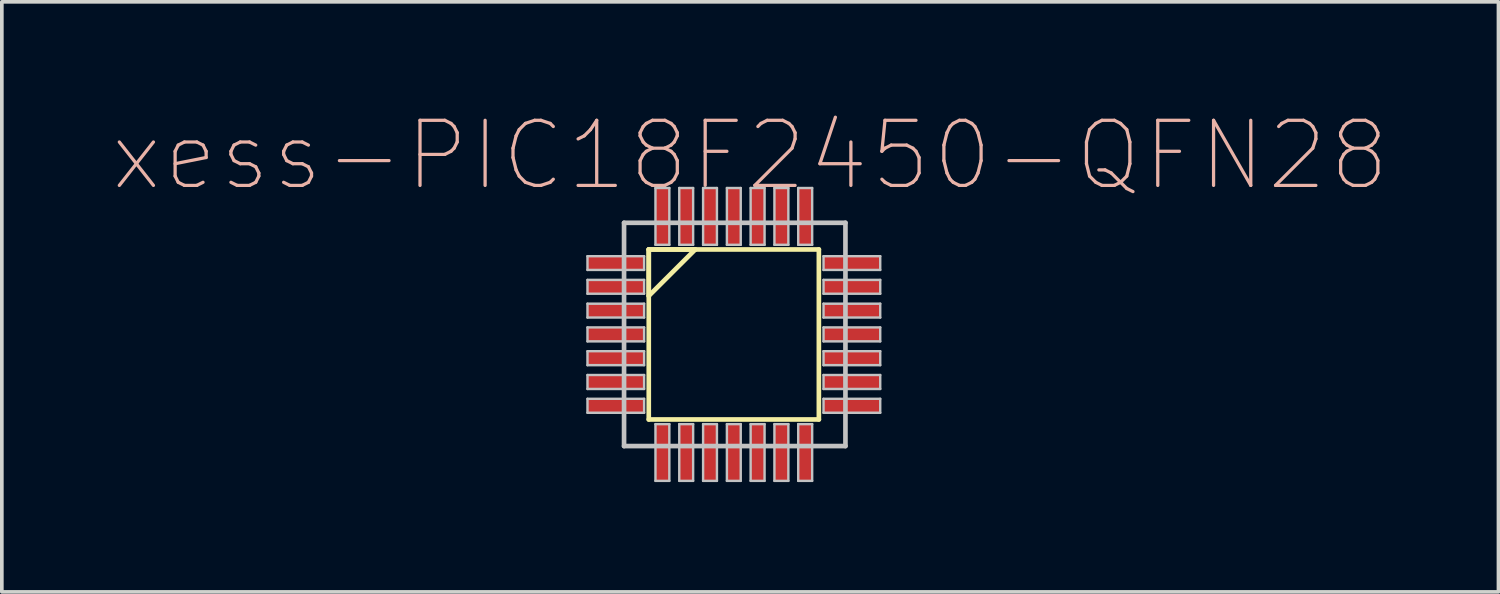
<source format=kicad_pcb>
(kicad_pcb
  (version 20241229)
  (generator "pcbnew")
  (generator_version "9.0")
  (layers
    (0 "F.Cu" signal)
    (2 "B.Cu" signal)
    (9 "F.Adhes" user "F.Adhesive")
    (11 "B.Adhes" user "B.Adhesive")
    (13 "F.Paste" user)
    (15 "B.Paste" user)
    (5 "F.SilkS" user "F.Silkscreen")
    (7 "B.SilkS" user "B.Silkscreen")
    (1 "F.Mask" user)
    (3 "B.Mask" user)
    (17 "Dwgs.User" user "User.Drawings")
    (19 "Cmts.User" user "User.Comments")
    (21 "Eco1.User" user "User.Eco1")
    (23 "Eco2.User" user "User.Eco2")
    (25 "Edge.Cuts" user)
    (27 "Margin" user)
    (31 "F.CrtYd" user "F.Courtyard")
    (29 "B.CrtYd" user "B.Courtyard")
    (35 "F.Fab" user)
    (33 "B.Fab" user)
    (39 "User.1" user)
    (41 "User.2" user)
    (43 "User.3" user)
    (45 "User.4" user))
  (footprint "xess-PIC18F2450-QFN28"
    (layer "F.Cu")
    (at 14.269 4.135)
    (property "Reference" "xess-PIC18F2450-QFN28" (at 3.17 -2.939 0) (layer "B.SilkS") (effects (font (size 1.778 1.778) (thickness 0.089))))
    (attr smd)
    (fp_line (start 0.401 -0.371) (end 0.401 0.897) (stroke (width 0.127) (type solid)) (layer "F.SilkS"))
    (fp_line (start 0.401 -0.371) (end 0.401 4.272) (stroke (width 0.127) (type solid)) (layer "F.SilkS"))
    (fp_line (start 0.401 0.897) (end 1.671 -0.371) (stroke (width 0.127) (type solid)) (layer "F.SilkS"))
    (fp_line (start 0.401 4.272) (end 5.047 4.272) (stroke (width 0.127) (type solid)) (layer "F.SilkS"))
    (fp_line (start 1.671 -0.371) (end 0.401 -0.371) (stroke (width 0.127) (type solid)) (layer "F.SilkS"))
    (fp_line (start 5.047 -0.371) (end 0.401 -0.371) (stroke (width 0.127) (type solid)) (layer "F.SilkS"))
    (fp_line (start 5.047 4.272) (end 5.047 -0.371) (stroke (width 0.127) (type solid)) (layer "F.SilkS"))
    (fp_line (start -1.273 -0.188) (end 0.274 -0.188) (stroke (width 0.066) (type solid)) (layer "Dwgs.User"))
    (fp_line (start -1.273 0.188) (end -1.273 -0.188) (stroke (width 0.066) (type solid)) (layer "Dwgs.User"))
    (fp_line (start -1.273 0.188) (end 0.274 0.188) (stroke (width 0.066) (type solid)) (layer "Dwgs.User"))
    (fp_line (start -1.273 0.46) (end 0.274 0.46) (stroke (width 0.066) (type solid)) (layer "Dwgs.User"))
    (fp_line (start -1.273 0.838) (end -1.273 0.46) (stroke (width 0.066) (type solid)) (layer "Dwgs.User"))
    (fp_line (start -1.273 0.838) (end 0.274 0.838) (stroke (width 0.066) (type solid)) (layer "Dwgs.User"))
    (fp_line (start -1.273 1.11) (end 0.274 1.11) (stroke (width 0.066) (type solid)) (layer "Dwgs.User"))
    (fp_line (start -1.273 1.488) (end -1.273 1.11) (stroke (width 0.066) (type solid)) (layer "Dwgs.User"))
    (fp_line (start -1.273 1.488) (end 0.274 1.488) (stroke (width 0.066) (type solid)) (layer "Dwgs.User"))
    (fp_line (start -1.273 1.758) (end 0.274 1.758) (stroke (width 0.066) (type solid)) (layer "Dwgs.User"))
    (fp_line (start -1.273 2.139) (end -1.273 1.758) (stroke (width 0.066) (type solid)) (layer "Dwgs.User"))
    (fp_line (start -1.273 2.139) (end 0.274 2.139) (stroke (width 0.066) (type solid)) (layer "Dwgs.User"))
    (fp_line (start -1.273 2.408) (end 0.274 2.408) (stroke (width 0.066) (type solid)) (layer "Dwgs.User"))
    (fp_line (start -1.273 2.789) (end -1.273 2.408) (stroke (width 0.066) (type solid)) (layer "Dwgs.User"))
    (fp_line (start -1.273 2.789) (end 0.274 2.789) (stroke (width 0.066) (type solid)) (layer "Dwgs.User"))
    (fp_line (start -1.273 3.058) (end 0.274 3.058) (stroke (width 0.066) (type solid)) (layer "Dwgs.User"))
    (fp_line (start -1.273 3.439) (end -1.273 3.058) (stroke (width 0.066) (type solid)) (layer "Dwgs.User"))
    (fp_line (start -1.273 3.439) (end 0.274 3.439) (stroke (width 0.066) (type solid)) (layer "Dwgs.User"))
    (fp_line (start -1.273 3.708) (end 0.274 3.708) (stroke (width 0.066) (type solid)) (layer "Dwgs.User"))
    (fp_line (start -1.273 4.089) (end -1.273 3.708) (stroke (width 0.066) (type solid)) (layer "Dwgs.User"))
    (fp_line (start -1.273 4.089) (end 0.274 4.089) (stroke (width 0.066) (type solid)) (layer "Dwgs.User"))
    (fp_line (start -0.274 -1.1) (end -0.274 4.999) (stroke (width 0.127) (type solid)) (layer "Dwgs.User"))
    (fp_line (start -0.274 4.999) (end 5.773 4.999) (stroke (width 0.127) (type solid)) (layer "Dwgs.User"))
    (fp_line (start 0.274 0.188) (end 0.274 -0.188) (stroke (width 0.066) (type solid)) (layer "Dwgs.User"))
    (fp_line (start 0.274 0.838) (end 0.274 0.46) (stroke (width 0.066) (type solid)) (layer "Dwgs.User"))
    (fp_line (start 0.274 1.488) (end 0.274 1.11) (stroke (width 0.066) (type solid)) (layer "Dwgs.User"))
    (fp_line (start 0.274 2.139) (end 0.274 1.758) (stroke (width 0.066) (type solid)) (layer "Dwgs.User"))
    (fp_line (start 0.274 2.789) (end 0.274 2.408) (stroke (width 0.066) (type solid)) (layer "Dwgs.User"))
    (fp_line (start 0.274 3.439) (end 0.274 3.058) (stroke (width 0.066) (type solid)) (layer "Dwgs.User"))
    (fp_line (start 0.274 4.089) (end 0.274 3.708) (stroke (width 0.066) (type solid)) (layer "Dwgs.User"))
    (fp_line (start 0.584 -2.05) (end 0.963 -2.05) (stroke (width 0.066) (type solid)) (layer "Dwgs.User"))
    (fp_line (start 0.584 -0.498) (end 0.584 -2.05) (stroke (width 0.066) (type solid)) (layer "Dwgs.User"))
    (fp_line (start 0.584 -0.498) (end 0.963 -0.498) (stroke (width 0.066) (type solid)) (layer "Dwgs.User"))
    (fp_line (start 0.584 4.399) (end 0.963 4.399) (stroke (width 0.066) (type solid)) (layer "Dwgs.User"))
    (fp_line (start 0.584 5.949) (end 0.584 4.399) (stroke (width 0.066) (type solid)) (layer "Dwgs.User"))
    (fp_line (start 0.584 5.949) (end 0.963 5.949) (stroke (width 0.066) (type solid)) (layer "Dwgs.User"))
    (fp_line (start 0.963 -0.498) (end 0.963 -2.05) (stroke (width 0.066) (type solid)) (layer "Dwgs.User"))
    (fp_line (start 0.963 5.949) (end 0.963 4.399) (stroke (width 0.066) (type solid)) (layer "Dwgs.User"))
    (fp_line (start 1.234 -2.05) (end 1.613 -2.05) (stroke (width 0.066) (type solid)) (layer "Dwgs.User"))
    (fp_line (start 1.234 -0.498) (end 1.234 -2.05) (stroke (width 0.066) (type solid)) (layer "Dwgs.User"))
    (fp_line (start 1.234 -0.498) (end 1.613 -0.498) (stroke (width 0.066) (type solid)) (layer "Dwgs.User"))
    (fp_line (start 1.234 4.399) (end 1.613 4.399) (stroke (width 0.066) (type solid)) (layer "Dwgs.User"))
    (fp_line (start 1.234 5.949) (end 1.234 4.399) (stroke (width 0.066) (type solid)) (layer "Dwgs.User"))
    (fp_line (start 1.234 5.949) (end 1.613 5.949) (stroke (width 0.066) (type solid)) (layer "Dwgs.User"))
    (fp_line (start 1.613 -0.498) (end 1.613 -2.05) (stroke (width 0.066) (type solid)) (layer "Dwgs.User"))
    (fp_line (start 1.613 5.949) (end 1.613 4.399) (stroke (width 0.066) (type solid)) (layer "Dwgs.User"))
    (fp_line (start 1.885 -2.05) (end 2.263 -2.05) (stroke (width 0.066) (type solid)) (layer "Dwgs.User"))
    (fp_line (start 1.885 -0.498) (end 1.885 -2.05) (stroke (width 0.066) (type solid)) (layer "Dwgs.User"))
    (fp_line (start 1.885 -0.498) (end 2.263 -0.498) (stroke (width 0.066) (type solid)) (layer "Dwgs.User"))
    (fp_line (start 1.885 4.399) (end 2.263 4.399) (stroke (width 0.066) (type solid)) (layer "Dwgs.User"))
    (fp_line (start 1.885 5.949) (end 1.885 4.399) (stroke (width 0.066) (type solid)) (layer "Dwgs.User"))
    (fp_line (start 1.885 5.949) (end 2.263 5.949) (stroke (width 0.066) (type solid)) (layer "Dwgs.User"))
    (fp_line (start 2.263 -0.498) (end 2.263 -2.05) (stroke (width 0.066) (type solid)) (layer "Dwgs.User"))
    (fp_line (start 2.263 5.949) (end 2.263 4.399) (stroke (width 0.066) (type solid)) (layer "Dwgs.User"))
    (fp_line (start 2.535 -2.05) (end 2.913 -2.05) (stroke (width 0.066) (type solid)) (layer "Dwgs.User"))
    (fp_line (start 2.535 -0.498) (end 2.535 -2.05) (stroke (width 0.066) (type solid)) (layer "Dwgs.User"))
    (fp_line (start 2.535 -0.498) (end 2.913 -0.498) (stroke (width 0.066) (type solid)) (layer "Dwgs.User"))
    (fp_line (start 2.535 4.399) (end 2.913 4.399) (stroke (width 0.066) (type solid)) (layer "Dwgs.User"))
    (fp_line (start 2.535 5.949) (end 2.535 4.399) (stroke (width 0.066) (type solid)) (layer "Dwgs.User"))
    (fp_line (start 2.535 5.949) (end 2.913 5.949) (stroke (width 0.066) (type solid)) (layer "Dwgs.User"))
    (fp_line (start 2.913 -0.498) (end 2.913 -2.05) (stroke (width 0.066) (type solid)) (layer "Dwgs.User"))
    (fp_line (start 2.913 5.949) (end 2.913 4.399) (stroke (width 0.066) (type solid)) (layer "Dwgs.User"))
    (fp_line (start 3.183 -2.05) (end 3.564 -2.05) (stroke (width 0.066) (type solid)) (layer "Dwgs.User"))
    (fp_line (start 3.183 -0.498) (end 3.183 -2.05) (stroke (width 0.066) (type solid)) (layer "Dwgs.User"))
    (fp_line (start 3.183 -0.498) (end 3.564 -0.498) (stroke (width 0.066) (type solid)) (layer "Dwgs.User"))
    (fp_line (start 3.183 4.399) (end 3.564 4.399) (stroke (width 0.066) (type solid)) (layer "Dwgs.User"))
    (fp_line (start 3.183 5.949) (end 3.183 4.399) (stroke (width 0.066) (type solid)) (layer "Dwgs.User"))
    (fp_line (start 3.183 5.949) (end 3.564 5.949) (stroke (width 0.066) (type solid)) (layer "Dwgs.User"))
    (fp_line (start 3.564 -0.498) (end 3.564 -2.05) (stroke (width 0.066) (type solid)) (layer "Dwgs.User"))
    (fp_line (start 3.564 5.949) (end 3.564 4.399) (stroke (width 0.066) (type solid)) (layer "Dwgs.User"))
    (fp_line (start 3.833 -2.05) (end 4.214 -2.05) (stroke (width 0.066) (type solid)) (layer "Dwgs.User"))
    (fp_line (start 3.833 -0.498) (end 3.833 -2.05) (stroke (width 0.066) (type solid)) (layer "Dwgs.User"))
    (fp_line (start 3.833 -0.498) (end 4.214 -0.498) (stroke (width 0.066) (type solid)) (layer "Dwgs.User"))
    (fp_line (start 3.833 4.399) (end 4.214 4.399) (stroke (width 0.066) (type solid)) (layer "Dwgs.User"))
    (fp_line (start 3.833 5.949) (end 3.833 4.399) (stroke (width 0.066) (type solid)) (layer "Dwgs.User"))
    (fp_line (start 3.833 5.949) (end 4.214 5.949) (stroke (width 0.066) (type solid)) (layer "Dwgs.User"))
    (fp_line (start 4.214 -0.498) (end 4.214 -2.05) (stroke (width 0.066) (type solid)) (layer "Dwgs.User"))
    (fp_line (start 4.214 5.949) (end 4.214 4.399) (stroke (width 0.066) (type solid)) (layer "Dwgs.User"))
    (fp_line (start 4.483 -2.05) (end 4.864 -2.05) (stroke (width 0.066) (type solid)) (layer "Dwgs.User"))
    (fp_line (start 4.483 -0.498) (end 4.483 -2.05) (stroke (width 0.066) (type solid)) (layer "Dwgs.User"))
    (fp_line (start 4.483 -0.498) (end 4.864 -0.498) (stroke (width 0.066) (type solid)) (layer "Dwgs.User"))
    (fp_line (start 4.483 4.399) (end 4.864 4.399) (stroke (width 0.066) (type solid)) (layer "Dwgs.User"))
    (fp_line (start 4.483 5.949) (end 4.483 4.399) (stroke (width 0.066) (type solid)) (layer "Dwgs.User"))
    (fp_line (start 4.483 5.949) (end 4.864 5.949) (stroke (width 0.066) (type solid)) (layer "Dwgs.User"))
    (fp_line (start 4.864 -0.498) (end 4.864 -2.05) (stroke (width 0.066) (type solid)) (layer "Dwgs.User"))
    (fp_line (start 4.864 5.949) (end 4.864 4.399) (stroke (width 0.066) (type solid)) (layer "Dwgs.User"))
    (fp_line (start 5.174 -0.188) (end 6.723 -0.188) (stroke (width 0.066) (type solid)) (layer "Dwgs.User"))
    (fp_line (start 5.174 0.188) (end 5.174 -0.188) (stroke (width 0.066) (type solid)) (layer "Dwgs.User"))
    (fp_line (start 5.174 0.188) (end 6.723 0.188) (stroke (width 0.066) (type solid)) (layer "Dwgs.User"))
    (fp_line (start 5.174 0.46) (end 6.723 0.46) (stroke (width 0.066) (type solid)) (layer "Dwgs.User"))
    (fp_line (start 5.174 0.838) (end 5.174 0.46) (stroke (width 0.066) (type solid)) (layer "Dwgs.User"))
    (fp_line (start 5.174 0.838) (end 6.723 0.838) (stroke (width 0.066) (type solid)) (layer "Dwgs.User"))
    (fp_line (start 5.174 1.11) (end 6.723 1.11) (stroke (width 0.066) (type solid)) (layer "Dwgs.User"))
    (fp_line (start 5.174 1.488) (end 5.174 1.11) (stroke (width 0.066) (type solid)) (layer "Dwgs.User"))
    (fp_line (start 5.174 1.488) (end 6.723 1.488) (stroke (width 0.066) (type solid)) (layer "Dwgs.User"))
    (fp_line (start 5.174 1.758) (end 6.723 1.758) (stroke (width 0.066) (type solid)) (layer "Dwgs.User"))
    (fp_line (start 5.174 2.139) (end 5.174 1.758) (stroke (width 0.066) (type solid)) (layer "Dwgs.User"))
    (fp_line (start 5.174 2.139) (end 6.723 2.139) (stroke (width 0.066) (type solid)) (layer "Dwgs.User"))
    (fp_line (start 5.174 2.408) (end 6.723 2.408) (stroke (width 0.066) (type solid)) (layer "Dwgs.User"))
    (fp_line (start 5.174 2.789) (end 5.174 2.408) (stroke (width 0.066) (type solid)) (layer "Dwgs.User"))
    (fp_line (start 5.174 2.789) (end 6.723 2.789) (stroke (width 0.066) (type solid)) (layer "Dwgs.User"))
    (fp_line (start 5.174 3.058) (end 6.723 3.058) (stroke (width 0.066) (type solid)) (layer "Dwgs.User"))
    (fp_line (start 5.174 3.439) (end 5.174 3.058) (stroke (width 0.066) (type solid)) (layer "Dwgs.User"))
    (fp_line (start 5.174 3.439) (end 6.723 3.439) (stroke (width 0.066) (type solid)) (layer "Dwgs.User"))
    (fp_line (start 5.174 3.708) (end 6.723 3.708) (stroke (width 0.066) (type solid)) (layer "Dwgs.User"))
    (fp_line (start 5.174 4.089) (end 5.174 3.708) (stroke (width 0.066) (type solid)) (layer "Dwgs.User"))
    (fp_line (start 5.174 4.089) (end 6.723 4.089) (stroke (width 0.066) (type solid)) (layer "Dwgs.User"))
    (fp_line (start 5.773 -1.1) (end -0.274 -1.1) (stroke (width 0.127) (type solid)) (layer "Dwgs.User"))
    (fp_line (start 5.773 4.999) (end 5.773 -1.1) (stroke (width 0.127) (type solid)) (layer "Dwgs.User"))
    (fp_line (start 6.723 0.188) (end 6.723 -0.188) (stroke (width 0.066) (type solid)) (layer "Dwgs.User"))
    (fp_line (start 6.723 0.838) (end 6.723 0.46) (stroke (width 0.066) (type solid)) (layer "Dwgs.User"))
    (fp_line (start 6.723 1.488) (end 6.723 1.11) (stroke (width 0.066) (type solid)) (layer "Dwgs.User"))
    (fp_line (start 6.723 2.139) (end 6.723 1.758) (stroke (width 0.066) (type solid)) (layer "Dwgs.User"))
    (fp_line (start 6.723 2.789) (end 6.723 2.408) (stroke (width 0.066) (type solid)) (layer "Dwgs.User"))
    (fp_line (start 6.723 3.439) (end 6.723 3.058) (stroke (width 0.066) (type solid)) (layer "Dwgs.User"))
    (fp_line (start 6.723 4.089) (end 6.723 3.708) (stroke (width 0.066) (type solid)) (layer "Dwgs.User"))
    (pad "1" smd rect (at -0.498 0) (size 1.549 0.378) (layers "F.Cu" "F.Mask" "F.Paste"))
    (pad "2" smd rect (at -0.498 0.648) (size 1.549 0.378) (layers "F.Cu" "F.Mask" "F.Paste"))
    (pad "3" smd rect (at -0.498 1.298) (size 1.549 0.378) (layers "F.Cu" "F.Mask" "F.Paste"))
    (pad "4" smd rect (at -0.498 1.948) (size 1.549 0.378) (layers "F.Cu" "F.Mask" "F.Paste"))
    (pad "5" smd rect (at -0.498 2.598) (size 1.549 0.378) (layers "F.Cu" "F.Mask" "F.Paste"))
    (pad "6" smd rect (at -0.498 3.249) (size 1.549 0.378) (layers "F.Cu" "F.Mask" "F.Paste"))
    (pad "7" smd rect (at -0.498 3.899) (size 1.549 0.378) (layers "F.Cu" "F.Mask" "F.Paste"))
    (pad "8" smd rect (at 0.775 5.174) (size 0.378 1.549) (layers "F.Cu" "F.Mask" "F.Paste"))
    (pad "9" smd rect (at 1.425 5.174) (size 0.378 1.549) (layers "F.Cu" "F.Mask" "F.Paste"))
    (pad "10" smd rect (at 2.073 5.174) (size 0.378 1.549) (layers "F.Cu" "F.Mask" "F.Paste"))
    (pad "11" smd rect (at 2.723 5.174) (size 0.378 1.549) (layers "F.Cu" "F.Mask" "F.Paste"))
    (pad "12" smd rect (at 3.373 5.174) (size 0.378 1.549) (layers "F.Cu" "F.Mask" "F.Paste"))
    (pad "13" smd rect (at 4.023 5.174) (size 0.378 1.549) (layers "F.Cu" "F.Mask" "F.Paste"))
    (pad "14" smd rect (at 4.674 5.174) (size 0.378 1.549) (layers "F.Cu" "F.Mask" "F.Paste"))
    (pad "15" smd rect (at 5.949 3.899) (size 1.549 0.378) (layers "F.Cu" "F.Mask" "F.Paste"))
    (pad "16" smd rect (at 5.949 3.249) (size 1.549 0.378) (layers "F.Cu" "F.Mask" "F.Paste"))
    (pad "17" smd rect (at 5.949 2.598) (size 1.549 0.378) (layers "F.Cu" "F.Mask" "F.Paste"))
    (pad "18" smd rect (at 5.949 1.948) (size 1.549 0.378) (layers "F.Cu" "F.Mask" "F.Paste"))
    (pad "19" smd rect (at 5.949 1.298) (size 1.549 0.378) (layers "F.Cu" "F.Mask" "F.Paste"))
    (pad "20" smd rect (at 5.949 0.648) (size 1.549 0.378) (layers "F.Cu" "F.Mask" "F.Paste"))
    (pad "21" smd rect (at 5.949 0) (size 1.549 0.378) (layers "F.Cu" "F.Mask" "F.Paste"))
    (pad "22" smd rect (at 4.674 -1.273) (size 0.378 1.549) (layers "F.Cu" "F.Mask" "F.Paste"))
    (pad "23" smd rect (at 4.023 -1.273) (size 0.378 1.549) (layers "F.Cu" "F.Mask" "F.Paste"))
    (pad "24" smd rect (at 3.373 -1.273) (size 0.378 1.549) (layers "F.Cu" "F.Mask" "F.Paste"))
    (pad "25" smd rect (at 2.723 -1.273) (size 0.378 1.549) (layers "F.Cu" "F.Mask" "F.Paste"))
    (pad "26" smd rect (at 2.073 -1.273) (size 0.378 1.549) (layers "F.Cu" "F.Mask" "F.Paste"))
    (pad "27" smd rect (at 1.425 -1.273) (size 0.378 1.549) (layers "F.Cu" "F.Mask" "F.Paste"))
    (pad "28" smd rect (at 0.775 -1.273) (size 0.378 1.549) (layers "F.Cu" "F.Mask" "F.Paste")))
  (gr_rect
    (start -3 -3)
    (end 37.878 13.117)
    (stroke (width 0.1) (type default))
    (fill no)
    (layer "Edge.Cuts")))
</source>
